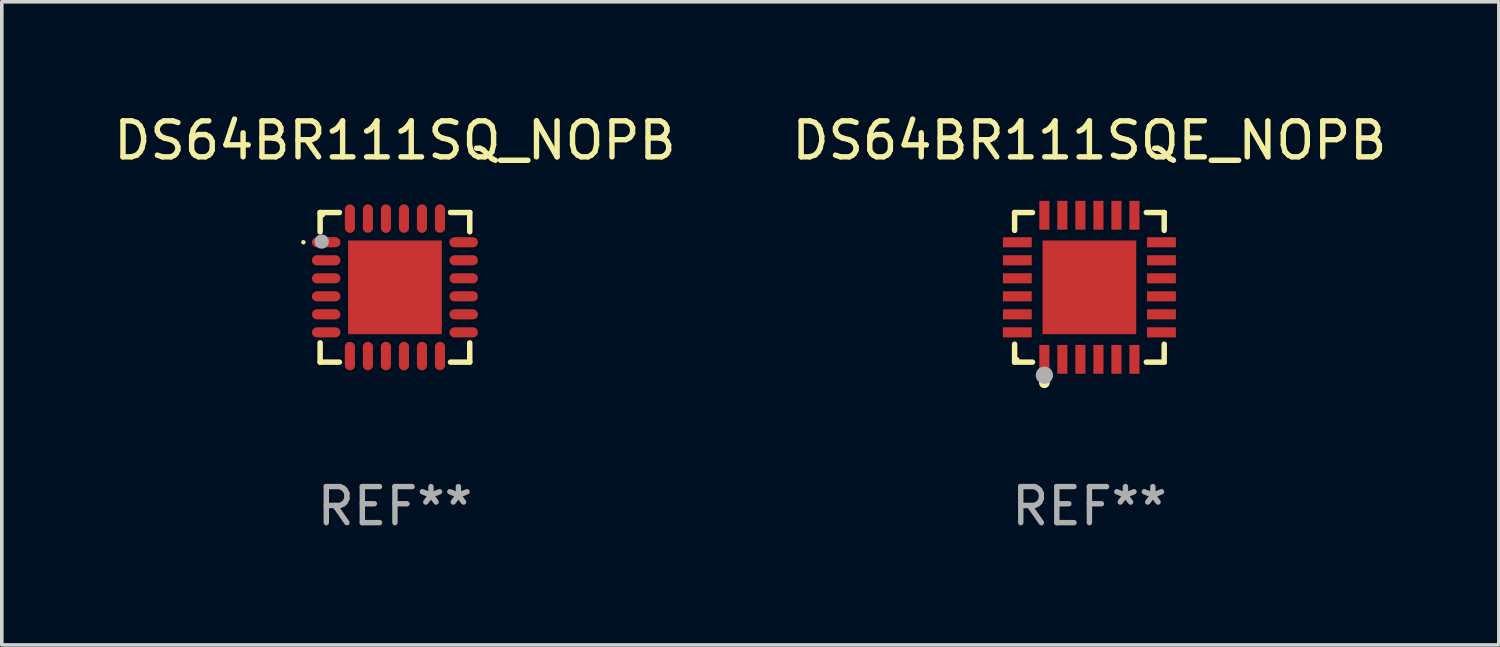
<source format=kicad_pcb>
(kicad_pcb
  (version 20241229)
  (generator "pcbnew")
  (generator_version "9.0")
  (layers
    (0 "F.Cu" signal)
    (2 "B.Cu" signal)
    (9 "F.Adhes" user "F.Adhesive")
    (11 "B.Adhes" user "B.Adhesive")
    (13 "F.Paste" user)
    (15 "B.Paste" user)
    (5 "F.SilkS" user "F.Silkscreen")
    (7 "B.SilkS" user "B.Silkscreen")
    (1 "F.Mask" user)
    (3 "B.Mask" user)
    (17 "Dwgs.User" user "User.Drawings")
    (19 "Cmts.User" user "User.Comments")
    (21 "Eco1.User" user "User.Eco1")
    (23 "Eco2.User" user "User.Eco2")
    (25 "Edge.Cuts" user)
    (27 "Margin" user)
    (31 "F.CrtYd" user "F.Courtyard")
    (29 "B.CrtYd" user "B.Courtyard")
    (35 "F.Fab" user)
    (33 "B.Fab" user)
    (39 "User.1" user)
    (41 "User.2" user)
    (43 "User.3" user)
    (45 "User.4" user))
  (footprint "DS64BR111SQ_NOPB"
    (layer "F.Cu")
    (at 7.911 4.924)
    (property "Reference" "DS64BR111SQ_NOPB" (at 0 -4.076 0) (layer "F.SilkS") (effects (font (size 1 1) (thickness 0.15))))
    (attr through_hole)
    (fp_line (start -2.076 -2.076) (end -1.542 -2.076) (stroke (width 0.152) (type solid)) (layer "F.SilkS"))
    (fp_line (start -2.076 -1.542) (end -2.076 -2.076) (stroke (width 0.152) (type solid)) (layer "F.SilkS"))
    (fp_line (start -2.076 1.542) (end -2.076 2.076) (stroke (width 0.152) (type solid)) (layer "F.SilkS"))
    (fp_line (start -2.076 2.076) (end -1.542 2.076) (stroke (width 0.152) (type solid)) (layer "F.SilkS"))
    (fp_line (start 2.076 -2.076) (end 1.542 -2.076) (stroke (width 0.152) (type solid)) (layer "F.SilkS"))
    (fp_line (start 2.076 -1.542) (end 2.076 -2.076) (stroke (width 0.152) (type solid)) (layer "F.SilkS"))
    (fp_line (start 2.076 1.542) (end 2.076 2.076) (stroke (width 0.152) (type solid)) (layer "F.SilkS"))
    (fp_line (start 2.076 2.076) (end 1.542 2.076) (stroke (width 0.152) (type solid)) (layer "F.SilkS"))
    (fp_circle (center -2.541 -1.25) (end -2.51 -1.25) (stroke (width 0.062) (type solid)) (fill no) (layer "F.SilkS"))
    (fp_circle (center -2 -2) (end -1.97 -2) (stroke (width 0.06) (type solid)) (fill no) (layer "F.SilkS"))
    (fp_circle (center -2.032 -1.27) (end -1.932 -1.27) (stroke (width 0.2) (type solid)) (fill no) (layer "F.Fab"))
    (fp_text user "REF**" (at 0 6.076 0) (layer "F.Fab") (effects (font (size 1 1) (thickness 0.15))))
    (pad "1" smd oval (at -1.908 -1.25) (size 0.79 0.28) (layers "F.Cu" "F.Mask" "F.Paste"))
    (pad "2" smd oval (at -1.908 -0.75) (size 0.79 0.28) (layers "F.Cu" "F.Mask" "F.Paste"))
    (pad "3" smd oval (at -1.908 -0.25) (size 0.79 0.28) (layers "F.Cu" "F.Mask" "F.Paste"))
    (pad "4" smd oval (at -1.908 0.25) (size 0.79 0.28) (layers "F.Cu" "F.Mask" "F.Paste"))
    (pad "5" smd oval (at -1.908 0.75) (size 0.79 0.28) (layers "F.Cu" "F.Mask" "F.Paste"))
    (pad "6" smd oval (at -1.908 1.25) (size 0.79 0.28) (layers "F.Cu" "F.Mask" "F.Paste"))
    (pad "7" smd oval (at -1.25 1.908) (size 0.28 0.79) (layers "F.Cu" "F.Mask" "F.Paste"))
    (pad "8" smd oval (at -0.75 1.908) (size 0.28 0.79) (layers "F.Cu" "F.Mask" "F.Paste"))
    (pad "9" smd oval (at -0.25 1.908) (size 0.28 0.79) (layers "F.Cu" "F.Mask" "F.Paste"))
    (pad "10" smd oval (at 0.25 1.908) (size 0.28 0.79) (layers "F.Cu" "F.Mask" "F.Paste"))
    (pad "11" smd oval (at 0.75 1.908) (size 0.28 0.79) (layers "F.Cu" "F.Mask" "F.Paste"))
    (pad "12" smd oval (at 1.25 1.908) (size 0.28 0.79) (layers "F.Cu" "F.Mask" "F.Paste"))
    (pad "13" smd oval (at 1.908 1.25) (size 0.79 0.28) (layers "F.Cu" "F.Mask" "F.Paste"))
    (pad "14" smd oval (at 1.908 0.75) (size 0.79 0.28) (layers "F.Cu" "F.Mask" "F.Paste"))
    (pad "15" smd oval (at 1.908 0.25) (size 0.79 0.28) (layers "F.Cu" "F.Mask" "F.Paste"))
    (pad "16" smd oval (at 1.908 -0.25) (size 0.79 0.28) (layers "F.Cu" "F.Mask" "F.Paste"))
    (pad "17" smd oval (at 1.908 -0.75) (size 0.79 0.28) (layers "F.Cu" "F.Mask" "F.Paste"))
    (pad "18" smd oval (at 1.908 -1.25) (size 0.79 0.28) (layers "F.Cu" "F.Mask" "F.Paste"))
    (pad "19" smd oval (at 1.25 -1.908) (size 0.28 0.79) (layers "F.Cu" "F.Mask" "F.Paste"))
    (pad "20" smd oval (at 0.75 -1.908) (size 0.28 0.79) (layers "F.Cu" "F.Mask" "F.Paste"))
    (pad "21" smd oval (at 0.25 -1.908) (size 0.28 0.79) (layers "F.Cu" "F.Mask" "F.Paste"))
    (pad "22" smd oval (at -0.25 -1.908) (size 0.28 0.79) (layers "F.Cu" "F.Mask" "F.Paste"))
    (pad "23" smd oval (at -0.75 -1.908) (size 0.28 0.79) (layers "F.Cu" "F.Mask" "F.Paste"))
    (pad "24" smd oval (at -1.25 -1.908) (size 0.28 0.79) (layers "F.Cu" "F.Mask" "F.Paste"))
    (pad "25" smd rect (at 0 0) (size 2.6 2.6) (layers "F.Cu" "F.Mask" "F.Paste")))
  (footprint "DS64BR111SQE_NOPB"
    (layer "F.Cu")
    (at 27.185 4.924)
    (property "Reference" "DS64BR111SQE_NOPB" (at 0 -4.076 0) (layer "F.SilkS") (effects (font (size 1 1) (thickness 0.15))))
    (attr through_hole)
    (fp_line (start -2.076 -2.076) (end -1.58 -2.076) (stroke (width 0.152) (type solid)) (layer "F.SilkS"))
    (fp_line (start -2.076 -1.58) (end -2.076 -2.076) (stroke (width 0.152) (type solid)) (layer "F.SilkS"))
    (fp_line (start -2.076 1.58) (end -2.076 2.076) (stroke (width 0.152) (type solid)) (layer "F.SilkS"))
    (fp_line (start -2.076 2.076) (end -1.58 2.076) (stroke (width 0.152) (type solid)) (layer "F.SilkS"))
    (fp_line (start 2.076 -2.076) (end 1.58 -2.076) (stroke (width 0.152) (type solid)) (layer "F.SilkS"))
    (fp_line (start 2.076 -1.58) (end 2.076 -2.076) (stroke (width 0.152) (type solid)) (layer "F.SilkS"))
    (fp_line (start 2.076 1.58) (end 2.076 2.076) (stroke (width 0.152) (type solid)) (layer "F.SilkS"))
    (fp_line (start 2.076 2.076) (end 1.58 2.076) (stroke (width 0.152) (type solid)) (layer "F.SilkS"))
    (fp_circle (center -2 2) (end -1.97 2) (stroke (width 0.06) (type solid)) (fill no) (layer "F.SilkS"))
    (fp_circle (center -1.25 2.65) (end -1.175 2.65) (stroke (width 0.15) (type solid)) (fill no) (layer "F.SilkS"))
    (fp_circle (center -1.25 2.44) (end -1.13 2.44) (stroke (width 0.24) (type solid)) (fill no) (layer "F.Fab"))
    (fp_text user "REF**" (at 0 6.076 0) (layer "F.Fab") (effects (font (size 1 1) (thickness 0.15))))
    (pad "1" smd rect (at -1.25 2) (size 0.28 0.8) (layers "F.Cu" "F.Mask" "F.Paste"))
    (pad "2" smd rect (at -0.75 2) (size 0.28 0.8) (layers "F.Cu" "F.Mask" "F.Paste"))
    (pad "3" smd rect (at -0.25 2) (size 0.28 0.8) (layers "F.Cu" "F.Mask" "F.Paste"))
    (pad "4" smd rect (at 0.25 2) (size 0.28 0.8) (layers "F.Cu" "F.Mask" "F.Paste"))
    (pad "5" smd rect (at 0.75 2) (size 0.28 0.8) (layers "F.Cu" "F.Mask" "F.Paste"))
    (pad "6" smd rect (at 1.25 2) (size 0.28 0.8) (layers "F.Cu" "F.Mask" "F.Paste"))
    (pad "7" smd rect (at 2 1.25) (size 0.8 0.28) (layers "F.Cu" "F.Mask" "F.Paste"))
    (pad "8" smd rect (at 2 0.75) (size 0.8 0.28) (layers "F.Cu" "F.Mask" "F.Paste"))
    (pad "9" smd rect (at 2 0.25) (size 0.8 0.28) (layers "F.Cu" "F.Mask" "F.Paste"))
    (pad "10" smd rect (at 2 -0.25) (size 0.8 0.28) (layers "F.Cu" "F.Mask" "F.Paste"))
    (pad "11" smd rect (at 2 -0.75) (size 0.8 0.28) (layers "F.Cu" "F.Mask" "F.Paste"))
    (pad "12" smd rect (at 2 -1.25) (size 0.8 0.28) (layers "F.Cu" "F.Mask" "F.Paste"))
    (pad "13" smd rect (at 1.25 -2) (size 0.28 0.8) (layers "F.Cu" "F.Mask" "F.Paste"))
    (pad "14" smd rect (at 0.75 -2) (size 0.28 0.8) (layers "F.Cu" "F.Mask" "F.Paste"))
    (pad "15" smd rect (at 0.25 -2) (size 0.28 0.8) (layers "F.Cu" "F.Mask" "F.Paste"))
    (pad "16" smd rect (at -0.25 -2) (size 0.28 0.8) (layers "F.Cu" "F.Mask" "F.Paste"))
    (pad "17" smd rect (at -0.75 -2) (size 0.28 0.8) (layers "F.Cu" "F.Mask" "F.Paste"))
    (pad "18" smd rect (at -1.25 -2) (size 0.28 0.8) (layers "F.Cu" "F.Mask" "F.Paste"))
    (pad "19" smd rect (at -2 -1.25) (size 0.8 0.28) (layers "F.Cu" "F.Mask" "F.Paste"))
    (pad "20" smd rect (at -2 -0.75) (size 0.8 0.28) (layers "F.Cu" "F.Mask" "F.Paste"))
    (pad "21" smd rect (at -2 -0.25) (size 0.8 0.28) (layers "F.Cu" "F.Mask" "F.Paste"))
    (pad "22" smd rect (at -2 0.25) (size 0.8 0.28) (layers "F.Cu" "F.Mask" "F.Paste"))
    (pad "23" smd rect (at -2 0.75) (size 0.8 0.28) (layers "F.Cu" "F.Mask" "F.Paste"))
    (pad "24" smd rect (at -2 1.25) (size 0.8 0.28) (layers "F.Cu" "F.Mask" "F.Paste"))
    (pad "25" smd rect (at 0 0) (size 2.6 2.6) (layers "F.Cu" "F.Mask" "F.Paste")))
  (gr_rect
    (start -3 -3)
    (end 38.548 14.849)
    (stroke (width 0.1) (type default))
    (fill no)
    (layer "Edge.Cuts")))
</source>
